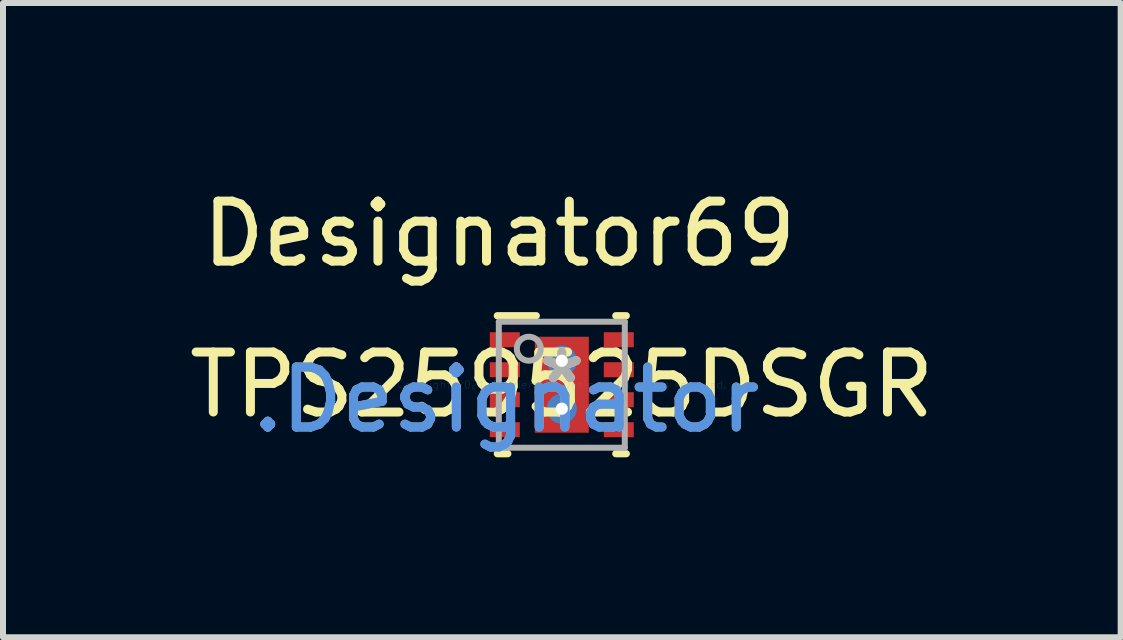
<source format=kicad_pcb>
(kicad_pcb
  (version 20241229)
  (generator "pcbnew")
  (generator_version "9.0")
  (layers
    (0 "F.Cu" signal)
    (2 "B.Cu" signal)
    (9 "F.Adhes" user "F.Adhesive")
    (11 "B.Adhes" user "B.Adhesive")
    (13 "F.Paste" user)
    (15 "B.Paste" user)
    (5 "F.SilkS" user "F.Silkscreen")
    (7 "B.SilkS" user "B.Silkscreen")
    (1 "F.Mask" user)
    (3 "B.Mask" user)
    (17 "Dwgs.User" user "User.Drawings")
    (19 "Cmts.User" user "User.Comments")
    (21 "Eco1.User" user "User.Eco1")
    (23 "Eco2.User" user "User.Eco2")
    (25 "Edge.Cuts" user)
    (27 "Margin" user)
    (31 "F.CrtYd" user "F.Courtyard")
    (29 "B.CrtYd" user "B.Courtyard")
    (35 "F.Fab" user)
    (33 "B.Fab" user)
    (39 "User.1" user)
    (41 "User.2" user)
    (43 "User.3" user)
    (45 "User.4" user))
  (footprint "TPS259525DSGR"
    (layer "F.Cu")
    (at 6.315 3.363)
    (property "Reference" "TPS259525DSGR" (at 0 0 0) (layer "F.SilkS") (effects (font (size 1 1) (thickness 0.15))))
    (attr through_hole)
    (fp_line (start -1.075 -1.15) (end -0.425 -1.15) (stroke (width 0.12) (type solid)) (layer "F.SilkS"))
    (fp_line (start -1.075 1.15) (end -0.9 1.15) (stroke (width 0.12) (type solid)) (layer "F.SilkS"))
    (fp_line (start 0.9 -1.15) (end 1.075 -1.15) (stroke (width 0.12) (type solid)) (layer "F.SilkS"))
    (fp_line (start 0.9 1.15) (end 1.075 1.15) (stroke (width 0.12) (type solid)) (layer "F.SilkS"))
    (fp_poly (pts (xy -0.427 0.733) (xy 0.427 0.733) (xy 0.427 -0.733) (xy -0.427 -0.733)) (stroke (width 0.1) (type solid)) (fill yes) (layer "F.Paste"))
    (fp_line (start -1.05 -1.05) (end 1.05 -1.05) (stroke (width 0.1) (type solid)) (layer "F.Fab"))
    (fp_line (start -1.05 1.05) (end -1.05 -1.05) (stroke (width 0.1) (type solid)) (layer "F.Fab"))
    (fp_line (start -1.05 1.05) (end 1.05 1.05) (stroke (width 0.1) (type solid)) (layer "F.Fab"))
    (fp_line (start 1.05 1.05) (end 1.05 -1.05) (stroke (width 0.1) (type solid)) (layer "F.Fab"))
    (fp_circle (center -0.55 -0.6) (end -0.35 -0.6) (stroke (width 0.1) (type solid)) (fill no) (layer "F.Fab"))
    (fp_text user "Designator69" (at -1.041 -2.515 0) (layer "F.SilkS") (effects (font (size 1 1) (thickness 0.15))))
    (fp_text user "*" (at 0 0 0) (layer "F.SilkS") (effects (font (size 1 1) (thickness 0.15))))
    (fp_text user ".Designator" (at -0.925 0.25 0) (layer "Cmts.User") (effects (font (size 1 1) (thickness 0.15))))
    (fp_text user "Copyright 2021 Accelerated Designs. All rights reserved." (at 0 0 0) (layer "Cmts.User") (effects (font (size 0.127 0.127) (thickness 0.002))))
    (fp_text user ".Designator" (at -0.925 0.25 0) (layer "F.Fab") (effects (font (size 1 1) (thickness 0.15))))
    (fp_text user "*" (at 0 0 0) (layer "F.Fab") (effects (font (size 1 1) (thickness 0.15))))
    (pad "1" smd rect (at -0.95 -0.75 90) (size 0.25 0.5) (layers "F.Cu" "F.Mask" "F.Paste"))
    (pad "2" smd rect (at -0.95 -0.25 90) (size 0.25 0.5) (layers "F.Cu" "F.Mask" "F.Paste"))
    (pad "3" smd rect (at -0.95 0.25 90) (size 0.25 0.5) (layers "F.Cu" "F.Mask" "F.Paste"))
    (pad "4" smd rect (at -0.95 0.75 90) (size 0.25 0.5) (layers "F.Cu" "F.Mask" "F.Paste"))
    (pad "5" smd rect (at 0.95 0.75 90) (size 0.25 0.5) (layers "F.Cu" "F.Mask" "F.Paste"))
    (pad "6" smd rect (at 0.95 0.25 90) (size 0.25 0.5) (layers "F.Cu" "F.Mask" "F.Paste"))
    (pad "7" smd rect (at 0.95 -0.25 90) (size 0.25 0.5) (layers "F.Cu" "F.Mask" "F.Paste"))
    (pad "8" smd rect (at 0.95 -0.75 90) (size 0.25 0.5) (layers "F.Cu" "F.Mask" "F.Paste"))
    (pad "9" smd rect (at 0 -0.000003) (size 0.9 1.6) (layers "F.Cu" "F.Mask" "F.Paste"))
    (pad "V" thru_hole circle (at 0 -0.4) (size 0.5 0.5) (drill 0.203) (layers "*.Cu" "*.Mask"))
    (pad "V" thru_hole circle (at 0 0.4) (size 0.5 0.5) (drill 0.203) (layers "*.Cu" "*.Mask")))
  (gr_rect
    (start -3 -3)
    (end 15.631 7.573)
    (stroke (width 0.1) (type default))
    (fill no)
    (layer "Edge.Cuts")))
</source>
